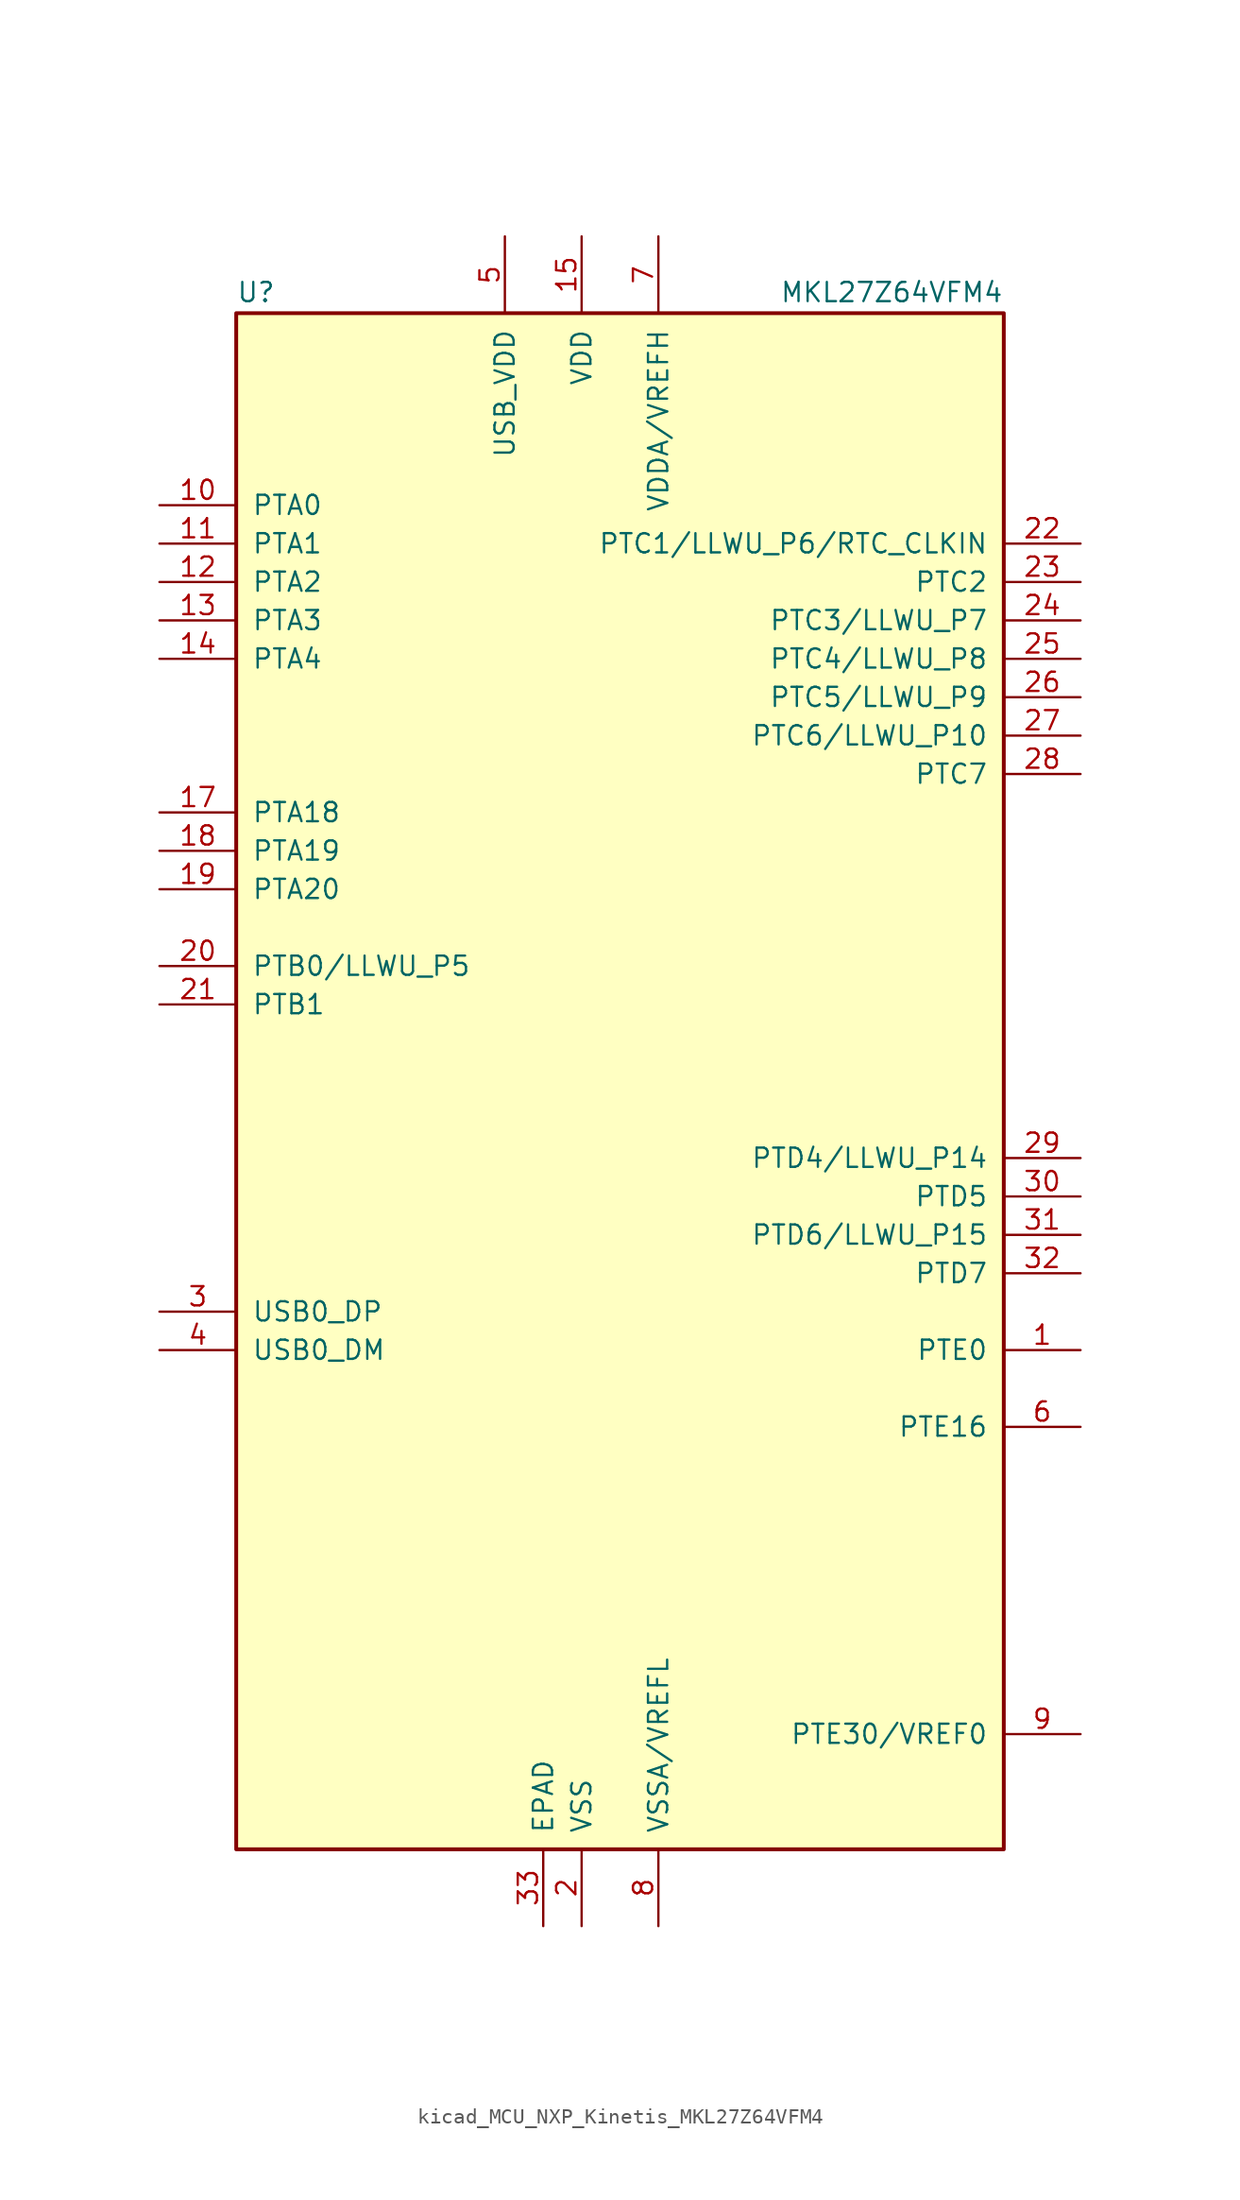
<source format=kicad_sym>
(kicad_symbol_lib
  (version 20220914)
  (generator kicad_symbol_editor)
  (symbol "kicad_MCU_NXP_Kinetis_MKL27Z64VFM4"
    (pin_names
      (offset 1.016))
    (property "Reference" "U"
      (at -25.4 51.435 0)
      (effects (font (size 1.27 1.27)) (justify left bottom)))
    (property "Value" "MKL27Z64VFM4"
      (at 25.4 51.435 0)
      (effects (font (size 1.27 1.27)) (justify right bottom)))
    (symbol "kicad_MCU_NXP_Kinetis_MKL27Z64VFM4_0_1"
      (rectangle (start -25.4 50.8) (end 25.4 -50.8) (stroke (width 0.254) (type default)) (fill (type background))))
    (symbol "kicad_MCU_NXP_Kinetis_MKL27Z64VFM4_1_1"
      (pin bidirectional line (at 30.48 -17.78 180) (length 5.08) (name "PTE0" (effects (font (size 1.27 1.27)))) (number "1" (effects (font (size 1.27 1.27)))))
      (pin bidirectional line (at -30.48 38.1 0) (length 5.08) (name "PTA0" (effects (font (size 1.27 1.27)))) (number "10" (effects (font (size 1.27 1.27)))))
      (pin bidirectional line (at -30.48 35.56 0) (length 5.08) (name "PTA1" (effects (font (size 1.27 1.27)))) (number "11" (effects (font (size 1.27 1.27)))))
      (pin bidirectional line (at -30.48 33.02 0) (length 5.08) (name "PTA2" (effects (font (size 1.27 1.27)))) (number "12" (effects (font (size 1.27 1.27)))))
      (pin bidirectional line (at -30.48 30.48 0) (length 5.08) (name "PTA3" (effects (font (size 1.27 1.27)))) (number "13" (effects (font (size 1.27 1.27)))))
      (pin bidirectional line (at -30.48 27.94 0) (length 5.08) (name "PTA4" (effects (font (size 1.27 1.27)))) (number "14" (effects (font (size 1.27 1.27)))))
      (pin power_in line (at -2.54 55.88 270) (length 5.08) (name "VDD" (effects (font (size 1.27 1.27)))) (number "15" (effects (font (size 1.27 1.27)))))
      (pin passive line (at -2.54 -55.88 90) (length 5.08) hide (name "VSS" (effects (font (size 1.27 1.27)))) (number "16" (effects (font (size 1.27 1.27)))))
      (pin bidirectional line (at -30.48 17.78 0) (length 5.08) (name "PTA18" (effects (font (size 1.27 1.27)))) (number "17" (effects (font (size 1.27 1.27)))))
      (pin bidirectional line (at -30.48 15.24 0) (length 5.08) (name "PTA19" (effects (font (size 1.27 1.27)))) (number "18" (effects (font (size 1.27 1.27)))))
      (pin bidirectional line (at -30.48 12.7 0) (length 5.08) (name "PTA20" (effects (font (size 1.27 1.27)))) (number "19" (effects (font (size 1.27 1.27)))))
      (pin power_in line (at -2.54 -55.88 90) (length 5.08) (name "VSS" (effects (font (size 1.27 1.27)))) (number "2" (effects (font (size 1.27 1.27)))))
      (pin bidirectional line (at -30.48 7.62 0) (length 5.08) (name "PTB0/LLWU_P5" (effects (font (size 1.27 1.27)))) (number "20" (effects (font (size 1.27 1.27)))))
      (pin bidirectional line (at -30.48 5.08 0) (length 5.08) (name "PTB1" (effects (font (size 1.27 1.27)))) (number "21" (effects (font (size 1.27 1.27)))))
      (pin bidirectional line (at 30.48 35.56 180) (length 5.08) (name "PTC1/LLWU_P6/RTC_CLKIN" (effects (font (size 1.27 1.27)))) (number "22" (effects (font (size 1.27 1.27)))))
      (pin bidirectional line (at 30.48 33.02 180) (length 5.08) (name "PTC2" (effects (font (size 1.27 1.27)))) (number "23" (effects (font (size 1.27 1.27)))))
      (pin bidirectional line (at 30.48 30.48 180) (length 5.08) (name "PTC3/LLWU_P7" (effects (font (size 1.27 1.27)))) (number "24" (effects (font (size 1.27 1.27)))))
      (pin bidirectional line (at 30.48 27.94 180) (length 5.08) (name "PTC4/LLWU_P8" (effects (font (size 1.27 1.27)))) (number "25" (effects (font (size 1.27 1.27)))))
      (pin bidirectional line (at 30.48 25.4 180) (length 5.08) (name "PTC5/LLWU_P9" (effects (font (size 1.27 1.27)))) (number "26" (effects (font (size 1.27 1.27)))))
      (pin bidirectional line (at 30.48 22.86 180) (length 5.08) (name "PTC6/LLWU_P10" (effects (font (size 1.27 1.27)))) (number "27" (effects (font (size 1.27 1.27)))))
      (pin bidirectional line (at 30.48 20.32 180) (length 5.08) (name "PTC7" (effects (font (size 1.27 1.27)))) (number "28" (effects (font (size 1.27 1.27)))))
      (pin bidirectional line (at 30.48 -5.08 180) (length 5.08) (name "PTD4/LLWU_P14" (effects (font (size 1.27 1.27)))) (number "29" (effects (font (size 1.27 1.27)))))
      (pin bidirectional line (at -30.48 -15.24 0) (length 5.08) (name "USB0_DP" (effects (font (size 1.27 1.27)))) (number "3" (effects (font (size 1.27 1.27)))))
      (pin bidirectional line (at 30.48 -7.62 180) (length 5.08) (name "PTD5" (effects (font (size 1.27 1.27)))) (number "30" (effects (font (size 1.27 1.27)))))
      (pin bidirectional line (at 30.48 -10.16 180) (length 5.08) (name "PTD6/LLWU_P15" (effects (font (size 1.27 1.27)))) (number "31" (effects (font (size 1.27 1.27)))))
      (pin bidirectional line (at 30.48 -12.7 180) (length 5.08) (name "PTD7" (effects (font (size 1.27 1.27)))) (number "32" (effects (font (size 1.27 1.27)))))
      (pin power_in line (at -5.08 -55.88 90) (length 5.08) (name "EPAD" (effects (font (size 1.27 1.27)))) (number "33" (effects (font (size 1.27 1.27)))))
      (pin bidirectional line (at -30.48 -17.78 0) (length 5.08) (name "USB0_DM" (effects (font (size 1.27 1.27)))) (number "4" (effects (font (size 1.27 1.27)))))
      (pin power_in line (at -7.62 55.88 270) (length 5.08) (name "USB_VDD" (effects (font (size 1.27 1.27)))) (number "5" (effects (font (size 1.27 1.27)))))
      (pin bidirectional line (at 30.48 -22.86 180) (length 5.08) (name "PTE16" (effects (font (size 1.27 1.27)))) (number "6" (effects (font (size 1.27 1.27)))))
      (pin power_in line (at 2.54 55.88 270) (length 5.08) (name "VDDA/VREFH" (effects (font (size 1.27 1.27)))) (number "7" (effects (font (size 1.27 1.27)))))
      (pin power_in line (at 2.54 -55.88 90) (length 5.08) (name "VSSA/VREFL" (effects (font (size 1.27 1.27)))) (number "8" (effects (font (size 1.27 1.27)))))
      (pin bidirectional line (at 30.48 -43.18 180) (length 5.08) (name "PTE30/VREF0" (effects (font (size 1.27 1.27)))) (number "9" (effects (font (size 1.27 1.27))))))))
</source>
